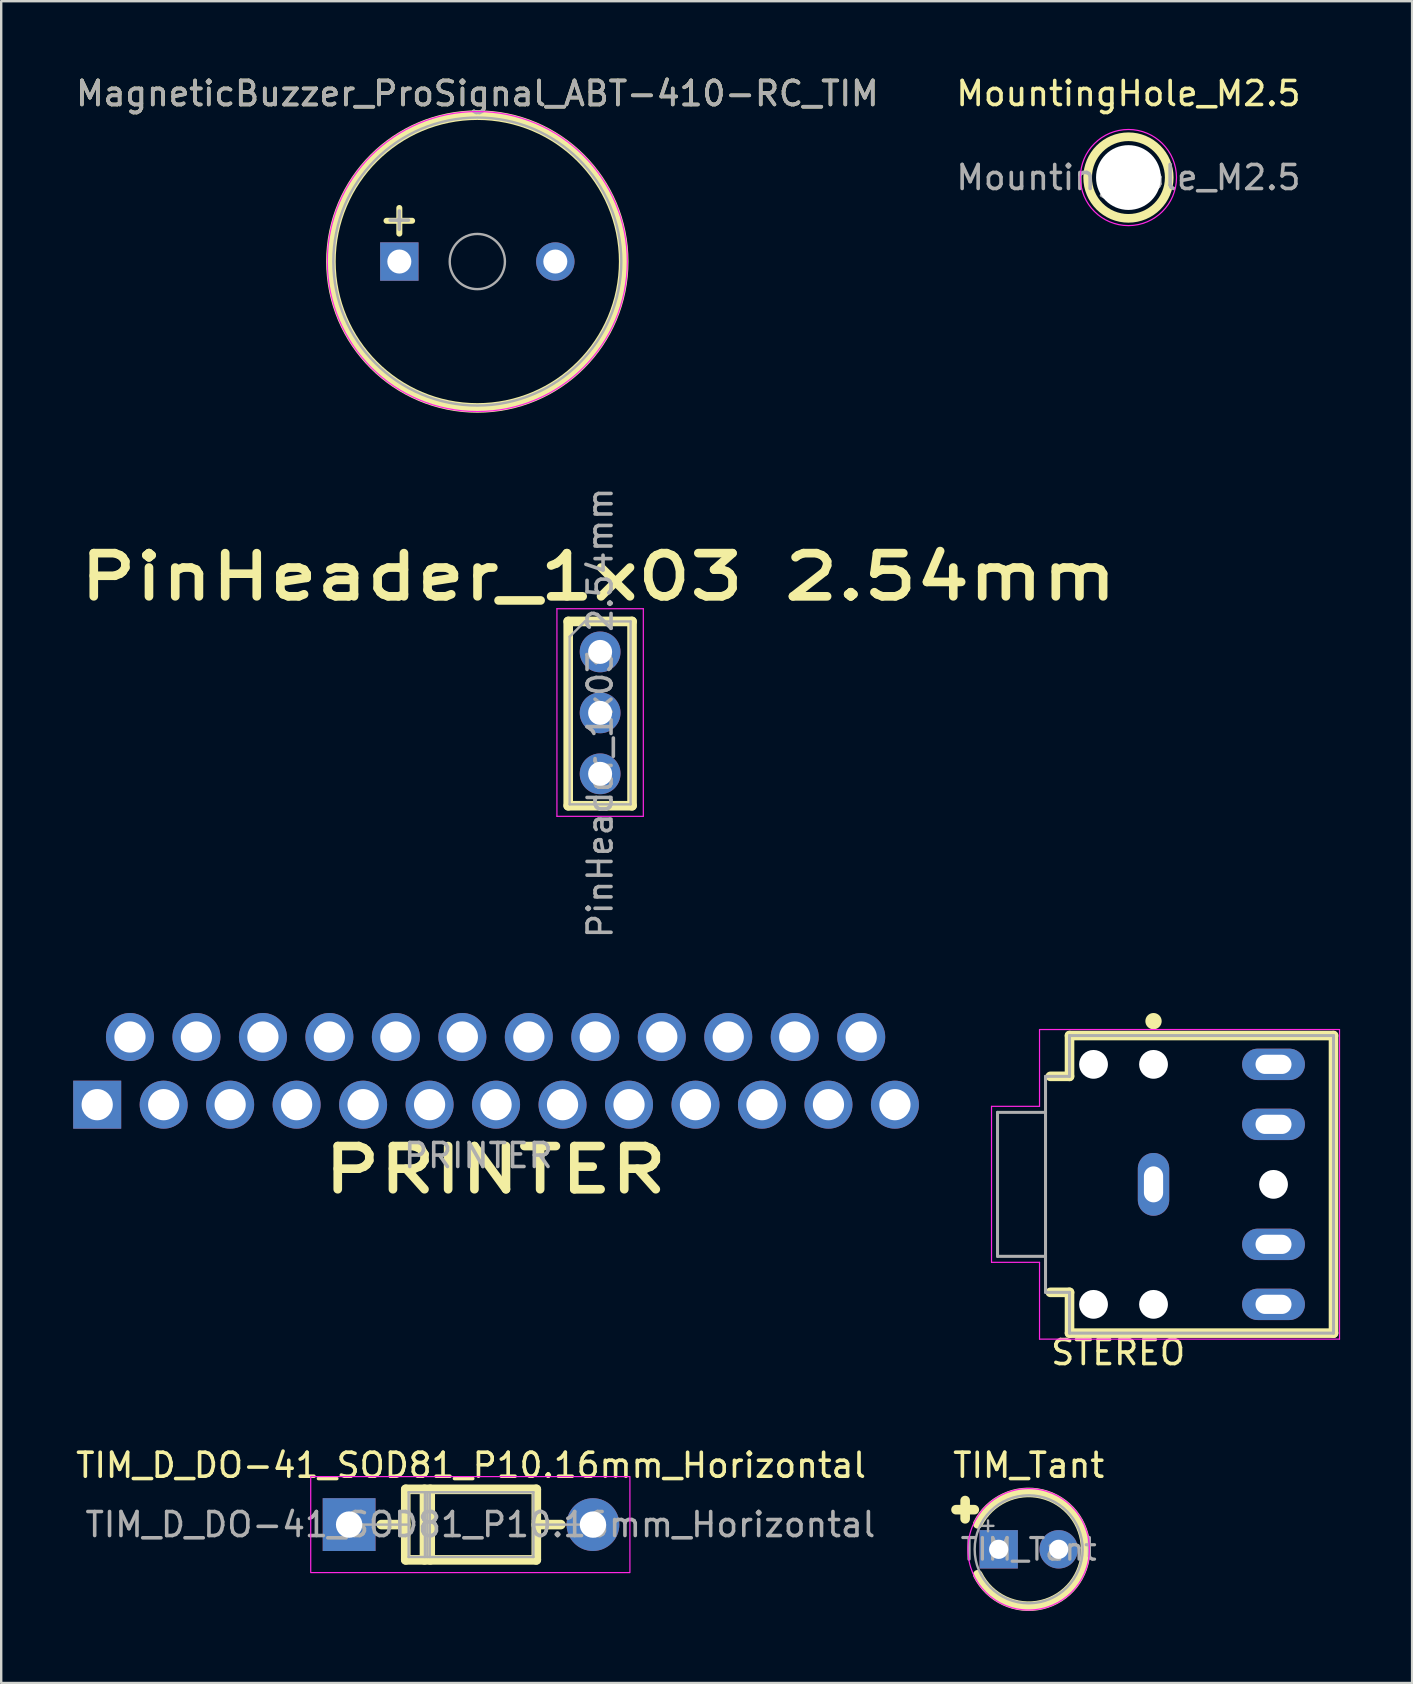
<source format=kicad_pcb>
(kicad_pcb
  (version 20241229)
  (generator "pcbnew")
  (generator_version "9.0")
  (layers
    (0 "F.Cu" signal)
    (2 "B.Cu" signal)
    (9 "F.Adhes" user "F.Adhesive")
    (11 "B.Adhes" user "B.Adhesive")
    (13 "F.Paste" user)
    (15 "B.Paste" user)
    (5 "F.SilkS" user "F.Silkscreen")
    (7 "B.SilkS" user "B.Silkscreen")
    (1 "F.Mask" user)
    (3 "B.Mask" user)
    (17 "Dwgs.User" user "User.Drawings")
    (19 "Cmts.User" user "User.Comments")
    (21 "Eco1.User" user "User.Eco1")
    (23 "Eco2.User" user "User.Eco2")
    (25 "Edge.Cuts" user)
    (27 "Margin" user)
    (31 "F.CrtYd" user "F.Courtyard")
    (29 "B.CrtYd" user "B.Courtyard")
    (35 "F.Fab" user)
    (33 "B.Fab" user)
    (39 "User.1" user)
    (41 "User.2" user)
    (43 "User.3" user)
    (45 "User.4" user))
  (footprint "TIM_D_DO-41_SOD81_P10.16mm_Horizontal"
    (layer "F.Cu")
    (at 11.497 60.477)
    (property "Reference" "TIM_D_DO-41_SOD81_P10.16mm_Horizontal" (at 5.08 -2.47 0) (layer "F.SilkS") (effects (font (size 1 1) (thickness 0.15))))
    (attr through_hole)
    (fp_line (start 1.34 0) (end 2.36 0) (stroke (width 0.4) (type solid)) (layer "F.SilkS"))
    (fp_line (start 2.36 -1.47) (end 2.36 1.47) (stroke (width 0.4) (type solid)) (layer "F.SilkS"))
    (fp_line (start 2.36 1.47) (end 7.8 1.47) (stroke (width 0.4) (type solid)) (layer "F.SilkS"))
    (fp_line (start 3.14 -1.47) (end 3.14 1.47) (stroke (width 0.4) (type solid)) (layer "F.SilkS"))
    (fp_line (start 3.26 -1.47) (end 3.26 1.47) (stroke (width 0.12) (type solid)) (layer "F.SilkS"))
    (fp_line (start 3.38 -1.47) (end 3.38 1.47) (stroke (width 0.4) (type solid)) (layer "F.SilkS"))
    (fp_line (start 7.8 -1.47) (end 2.36 -1.47) (stroke (width 0.4) (type solid)) (layer "F.SilkS"))
    (fp_line (start 7.8 1.47) (end 7.8 -1.47) (stroke (width 0.4) (type solid)) (layer "F.SilkS"))
    (fp_line (start 8.82 0) (end 7.8 0) (stroke (width 0.4) (type solid)) (layer "F.SilkS"))
    (fp_rect (start -1.6 -2) (end 11.7 2) (stroke (width 0.05) (type default)) (fill no) (layer "F.CrtYd"))
    (fp_line (start 0 0) (end 2.48 0) (stroke (width 0.1) (type solid)) (layer "F.Fab"))
    (fp_line (start 2.48 -1.35) (end 2.48 1.35) (stroke (width 0.1) (type solid)) (layer "F.Fab"))
    (fp_line (start 2.48 1.35) (end 7.68 1.35) (stroke (width 0.1) (type solid)) (layer "F.Fab"))
    (fp_line (start 3.16 -1.35) (end 3.16 1.35) (stroke (width 0.1) (type solid)) (layer "F.Fab"))
    (fp_line (start 3.26 -1.35) (end 3.26 1.35) (stroke (width 0.1) (type solid)) (layer "F.Fab"))
    (fp_line (start 3.36 -1.35) (end 3.36 1.35) (stroke (width 0.1) (type solid)) (layer "F.Fab"))
    (fp_line (start 7.68 -1.35) (end 2.48 -1.35) (stroke (width 0.1) (type solid)) (layer "F.Fab"))
    (fp_line (start 7.68 1.35) (end 7.68 -1.35) (stroke (width 0.1) (type solid)) (layer "F.Fab"))
    (fp_line (start 10.16 0) (end 7.68 0) (stroke (width 0.1) (type solid)) (layer "F.Fab"))
    (fp_text user "${REFERENCE}" (at 5.47 0 0) (layer "F.Fab") (effects (font (size 1 1) (thickness 0.15))))
    (pad "1" thru_hole rect (at 0 0) (size 2.2 2.2) (drill 1.1) (layers "*.Cu" "*.Mask"))
    (pad "2" thru_hole oval (at 10.16 0) (size 2.2 2.2) (drill 1.1) (layers "*.Cu" "*.Mask")))
  (footprint "PRINTER"
    (layer "F.Cu")
    (at 34.215 42.79)
    (property "Reference" "PRINTER" (at -16.62 2.9 180) (layer "F.SilkS") (effects (font (size 1.8 2.3) (thickness 0.36) (bold yes))))
    (attr through_hole)
    (fp_text user "${REFERENCE}" (at -17.335 2.31 0) (layer "F.Fab") (effects (font (size 1 1) (thickness 0.15))))
    (pad "1" thru_hole rect (at -33.215 0.19) (size 2 2) (drill 1.3) (layers "*.Cu" "*.Mask"))
    (pad "2" thru_hole circle (at -30.445 0.19) (size 2 2) (drill 1.3) (layers "*.Cu" "*.Mask"))
    (pad "3" thru_hole circle (at -27.675 0.19) (size 2 2) (drill 1.3) (layers "*.Cu" "*.Mask"))
    (pad "4" thru_hole circle (at -24.905 0.19) (size 2 2) (drill 1.3) (layers "*.Cu" "*.Mask"))
    (pad "5" thru_hole circle (at -22.135 0.19) (size 2 2) (drill 1.3) (layers "*.Cu" "*.Mask"))
    (pad "6" thru_hole circle (at -19.365 0.19) (size 2 2) (drill 1.3) (layers "*.Cu" "*.Mask"))
    (pad "7" thru_hole circle (at -16.595 0.19) (size 2 2) (drill 1.3) (layers "*.Cu" "*.Mask"))
    (pad "8" thru_hole circle (at -13.825 0.19) (size 2 2) (drill 1.3) (layers "*.Cu" "*.Mask"))
    (pad "9" thru_hole circle (at -11.055 0.19) (size 2 2) (drill 1.3) (layers "*.Cu" "*.Mask"))
    (pad "10" thru_hole circle (at -8.285 0.19) (size 2 2) (drill 1.3) (layers "*.Cu" "*.Mask"))
    (pad "11" thru_hole circle (at -5.515 0.19) (size 2 2) (drill 1.3) (layers "*.Cu" "*.Mask"))
    (pad "12" thru_hole circle (at -2.745 0.19) (size 2 2) (drill 1.3) (layers "*.Cu" "*.Mask"))
    (pad "13" thru_hole circle (at 0.025 0.19) (size 2 2) (drill 1.3) (layers "*.Cu" "*.Mask"))
    (pad "14" thru_hole circle (at -31.85 -2.63) (size 2 2) (drill 1.3) (layers "*.Cu" "*.Mask"))
    (pad "15" thru_hole circle (at -29.08 -2.63) (size 2 2) (drill 1.3) (layers "*.Cu" "*.Mask"))
    (pad "16" thru_hole circle (at -26.31 -2.63) (size 2 2) (drill 1.3) (layers "*.Cu" "*.Mask"))
    (pad "17" thru_hole circle (at -23.54 -2.63) (size 2 2) (drill 1.3) (layers "*.Cu" "*.Mask"))
    (pad "18" thru_hole circle (at -20.77 -2.63) (size 2 2) (drill 1.3) (layers "*.Cu" "*.Mask"))
    (pad "19" thru_hole circle (at -18 -2.63) (size 2 2) (drill 1.3) (layers "*.Cu" "*.Mask"))
    (pad "20" thru_hole circle (at -15.23 -2.63) (size 2 2) (drill 1.3) (layers "*.Cu" "*.Mask"))
    (pad "21" thru_hole circle (at -12.46 -2.63) (size 2 2) (drill 1.3) (layers "*.Cu" "*.Mask"))
    (pad "22" thru_hole circle (at -9.69 -2.63) (size 2 2) (drill 1.3) (layers "*.Cu" "*.Mask"))
    (pad "23" thru_hole circle (at -6.92 -2.63) (size 2 2) (drill 1.3) (layers "*.Cu" "*.Mask"))
    (pad "24" thru_hole circle (at -4.15 -2.63) (size 2 2) (drill 1.3) (layers "*.Cu" "*.Mask"))
    (pad "25" thru_hole circle (at -1.38 -2.63) (size 2 2) (drill 1.3) (layers "*.Cu" "*.Mask")))
  (footprint "TIM_Tant"
    (layer "F.Cu")
    (at 38.563 61.507)
    (property "Reference" "TIM_Tant" (at 1.25 -3.5 0) (layer "F.SilkS") (effects (font (size 1 1) (thickness 0.15))))
    (attr through_hole)
    (fp_line (start -1.778 -1.651) (end -1.016 -1.651) (stroke (width 0.4) (type solid)) (layer "F.SilkS"))
    (fp_line (start -1.397 -2.032) (end -1.397 -1.27) (stroke (width 0.4) (type solid)) (layer "F.SilkS"))
    (fp_arc (start -0.869741 -1.06) (mid 3.619999 0) (end -0.869741 1.06) (stroke (width 0.4) (type solid)) (layer "F.SilkS"))
    (fp_circle (center 1.25 0) (end 3.78 0) (stroke (width 0.05) (type solid)) (fill no) (layer "F.CrtYd"))
    (fp_line (start -0.668 -0.978) (end -0.218 -0.978) (stroke (width 0.1) (type solid)) (layer "F.Fab"))
    (fp_line (start -0.443 -1.202) (end -0.443 -0.752) (stroke (width 0.1) (type solid)) (layer "F.Fab"))
    (fp_circle (center 1.25 0) (end 3.5 0) (stroke (width 0.1) (type solid)) (fill no) (layer "F.Fab"))
    (fp_text user "${REFERENCE}" (at 1.25 0 0) (layer "F.Fab") (effects (font (size 0.9 0.9) (thickness 0.135))))
    (pad "1" thru_hole rect (at 0 0) (size 1.6 1.6) (drill 0.8) (layers "*.Cu" "*.Mask"))
    (pad "2" thru_hole circle (at 2.5 0) (size 1.6 1.6) (drill 0.8) (layers "*.Cu" "*.Mask")))
  (footprint "PinHeader_1x03 2.54mm"
    (layer "F.Cu")
    (at 21.956 24.114)
    (property "Reference" "PinHeader_1x03 2.54mm" (at -0.07 -3.13 0) (layer "F.SilkS") (effects (font (size 1.8 2.3) (thickness 0.36) (bold yes))))
    (attr through_hole)
    (fp_line (start -1.33 -1.27) (end -1.33 6.41) (stroke (width 0.4) (type solid)) (layer "F.SilkS"))
    (fp_line (start -1.33 -1.27) (end 1.33 -1.27) (stroke (width 0.4) (type solid)) (layer "F.SilkS"))
    (fp_line (start -1.33 6.41) (end 1.33 6.41) (stroke (width 0.4) (type solid)) (layer "F.SilkS"))
    (fp_line (start 1.33 -1.27) (end 1.33 6.41) (stroke (width 0.4) (type solid)) (layer "F.SilkS"))
    (fp_line (start -1.8 -1.8) (end -1.8 6.85) (stroke (width 0.05) (type solid)) (layer "F.CrtYd"))
    (fp_line (start -1.8 6.85) (end 1.8 6.85) (stroke (width 0.05) (type solid)) (layer "F.CrtYd"))
    (fp_line (start 1.8 -1.8) (end -1.8 -1.8) (stroke (width 0.05) (type solid)) (layer "F.CrtYd"))
    (fp_line (start 1.8 6.85) (end 1.8 -1.8) (stroke (width 0.05) (type solid)) (layer "F.CrtYd"))
    (fp_line (start -1.27 -0.635) (end -0.635 -1.27) (stroke (width 0.1) (type solid)) (layer "F.Fab"))
    (fp_line (start -1.27 6.35) (end -1.27 -0.635) (stroke (width 0.1) (type solid)) (layer "F.Fab"))
    (fp_line (start -0.635 -1.27) (end 1.27 -1.27) (stroke (width 0.1) (type solid)) (layer "F.Fab"))
    (fp_line (start 1.27 -1.27) (end 1.27 6.35) (stroke (width 0.1) (type solid)) (layer "F.Fab"))
    (fp_line (start 1.27 6.35) (end -1.27 6.35) (stroke (width 0.1) (type solid)) (layer "F.Fab"))
    (fp_text user "${REFERENCE}" (at 0 2.54 90) (layer "F.Fab") (effects (font (size 1 1) (thickness 0.15))))
    (pad "1" thru_hole circle (at 0 0) (size 1.7 1.7) (drill 1) (layers "*.Cu" "*.Mask"))
    (pad "2" thru_hole oval (at 0 2.54) (size 1.7 1.7) (drill 1) (layers "*.Cu" "*.Mask"))
    (pad "3" thru_hole oval (at 0 5.08) (size 1.7 1.7) (drill 1) (layers "*.Cu" "*.Mask")))
  (footprint "MagneticBuzzer_ProSignal_ABT-410-RC_TIM"
    (layer "F.Cu")
    (at 13.589 7.848)
    (property "Reference" "MagneticBuzzer_ProSignal_ABT-410-RC_TIM" (at 3.25 -7 0) (layer "F.SilkS") (effects (font (size 1 1) (thickness 0.15))))
    (attr through_hole)
    (fp_circle (center 3.25 0) (end 9.35 0) (stroke (width 0.4) (type solid)) (fill no) (layer "F.SilkS"))
    (fp_circle (center 3.25 0) (end 9.5 0) (stroke (width 0.05) (type solid)) (fill no) (layer "F.CrtYd"))
    (fp_circle (center 3.25 0) (end 4.4 0) (stroke (width 0.1) (type solid)) (fill no) (layer "F.Fab"))
    (fp_circle (center 3.25 0) (end 9.25 0) (stroke (width 0.1) (type solid)) (fill no) (layer "F.Fab"))
    (fp_text user "+" (at 0 -1.8 0) (layer "F.SilkS") (effects (font (size 1.4 1.4) (thickness 0.25) (bold yes))))
    (fp_text user "${REFERENCE}" (at 3.25 -7 0) (layer "F.Fab") (effects (font (size 1 1) (thickness 0.15))))
    (fp_text user "+" (at 0 -1.8 0) (layer "F.Fab") (effects (font (size 1 1) (thickness 0.15))))
    (pad "1" thru_hole rect (at 0 0) (size 1.6 1.6) (drill 1) (layers "*.Cu" "*.Mask"))
    (pad "2" thru_hole circle (at 6.5 0) (size 1.6 1.6) (drill 1) (layers "*.Cu" "*.Mask")))
  (footprint "STEREO"
    (layer "F.Cu")
    (at 45.015 46.3)
    (property "Reference" "STEREO" (at -1.473 7.01 180) (layer "F.SilkS") (effects (font (size 1 1) (thickness 0.15))))
    (attr through_hole)
    (fp_line (start -3.5 -6.2) (end -3.5 -4.5) (stroke (width 0.4) (type solid)) (layer "F.SilkS"))
    (fp_line (start -3.5 -4.5) (end -4.3 -4.5) (stroke (width 0.4) (type solid)) (layer "F.SilkS"))
    (fp_line (start -3.5 4.5) (end -4.3 4.5) (stroke (width 0.4) (type solid)) (layer "F.SilkS"))
    (fp_line (start -3.5 4.5) (end -3.5 6.2) (stroke (width 0.4) (type solid)) (layer "F.SilkS"))
    (fp_line (start 7.5 -6.2) (end -3.5 -6.2) (stroke (width 0.4) (type solid)) (layer "F.SilkS"))
    (fp_line (start 7.5 -6.2) (end 7.5 6.2) (stroke (width 0.4) (type solid)) (layer "F.SilkS"))
    (fp_line (start 7.5 6.2) (end -3.5 6.2) (stroke (width 0.4) (type solid)) (layer "F.SilkS"))
    (fp_circle (center 0 -6.8) (end 0.17 -6.8) (stroke (width 0.34) (type solid)) (fill no) (layer "F.SilkS"))
    (fp_line (start -6.75 -3.25) (end -6.75 3.25) (stroke (width 0.05) (type solid)) (layer "F.CrtYd"))
    (fp_line (start -6.75 3.25) (end -4.75 3.25) (stroke (width 0.05) (type solid)) (layer "F.CrtYd"))
    (fp_line (start -4.75 -6.45) (end -4.75 -3.25) (stroke (width 0.05) (type solid)) (layer "F.CrtYd"))
    (fp_line (start -4.75 -6.45) (end 7.75 -6.45) (stroke (width 0.05) (type solid)) (layer "F.CrtYd"))
    (fp_line (start -4.75 -3.25) (end -6.75 -3.25) (stroke (width 0.05) (type solid)) (layer "F.CrtYd"))
    (fp_line (start -4.75 3.25) (end -4.75 6.45) (stroke (width 0.05) (type solid)) (layer "F.CrtYd"))
    (fp_line (start 7.75 -6.45) (end 7.75 6.45) (stroke (width 0.05) (type solid)) (layer "F.CrtYd"))
    (fp_line (start 7.75 6.45) (end -4.75 6.45) (stroke (width 0.05) (type solid)) (layer "F.CrtYd"))
    (fp_line (start -6.5 -3) (end -6.5 3) (stroke (width 0.127) (type solid)) (layer "F.Fab"))
    (fp_line (start -6.5 3) (end -4.5 3) (stroke (width 0.127) (type solid)) (layer "F.Fab"))
    (fp_line (start -4.5 -4.5) (end -4.5 -3) (stroke (width 0.127) (type solid)) (layer "F.Fab"))
    (fp_line (start -4.5 -3) (end -6.5 -3) (stroke (width 0.127) (type solid)) (layer "F.Fab"))
    (fp_line (start -4.5 -3) (end -4.5 3) (stroke (width 0.127) (type solid)) (layer "F.Fab"))
    (fp_line (start -4.5 3) (end -4.5 4.5) (stroke (width 0.127) (type solid)) (layer "F.Fab"))
    (fp_line (start -4.5 4.5) (end -3.5 4.5) (stroke (width 0.127) (type solid)) (layer "F.Fab"))
    (fp_line (start -3.5 -6.2) (end -3.5 -4.5) (stroke (width 0.127) (type solid)) (layer "F.Fab"))
    (fp_line (start -3.5 -4.5) (end -4.5 -4.5) (stroke (width 0.127) (type solid)) (layer "F.Fab"))
    (fp_line (start -3.5 4.5) (end -3.5 6.2) (stroke (width 0.127) (type solid)) (layer "F.Fab"))
    (fp_line (start 7.5 -6.2) (end -3.5 -6.2) (stroke (width 0.127) (type solid)) (layer "F.Fab"))
    (fp_line (start 7.5 -6.2) (end 7.5 6.2) (stroke (width 0.127) (type solid)) (layer "F.Fab"))
    (fp_line (start 7.5 6.2) (end -3.5 6.2) (stroke (width 0.127) (type solid)) (layer "F.Fab"))
    (pad "" np_thru_hole circle (at -2.5 -5) (size 1.2 1.2) (drill 1.2) (layers "*.Cu" "*.Mask"))
    (pad "" np_thru_hole circle (at -2.5 5) (size 1.2 1.2) (drill 1.2) (layers "*.Cu" "*.Mask"))
    (pad "" np_thru_hole circle (at 0 -5) (size 1.2 1.2) (drill 1.2) (layers "*.Cu" "*.Mask"))
    (pad "" np_thru_hole circle (at 0 5) (size 1.2 1.2) (drill 1.2) (layers "*.Cu" "*.Mask"))
    (pad "" np_thru_hole circle (at 5 0) (size 1.2 1.2) (drill 1.2) (layers "*.Cu" "*.Mask"))
    (pad "1" thru_hole oval (at 0 0) (size 1.308 2.616) (drill oval 0.8 1.5) (layers "*.Cu" "*.Mask"))
    (pad "2" thru_hole oval (at 5 5) (size 2.616 1.308) (drill oval 1.5 0.8) (layers "*.Cu" "*.Mask"))
    (pad "3" thru_hole oval (at 5 -5) (size 2.616 1.308) (drill oval 1.5 0.8) (layers "*.Cu" "*.Mask"))
    (pad "10" thru_hole oval (at 5 2.5) (size 2.616 1.308) (drill oval 1.5 0.8) (layers "*.Cu" "*.Mask"))
    (pad "11" thru_hole oval (at 5 -2.5) (size 2.616 1.308) (drill oval 1.5 0.8) (layers "*.Cu" "*.Mask")))
  (footprint "MountingHole_M2.5"
    (layer "F.Cu")
    (at 43.97 4.348)
    (property "Reference" "MountingHole_M2.5" (at 0 -3.5 0) (layer "F.SilkS") (effects (font (size 1 1) (thickness 0.15))))
    (attr exclude_from_pos_files exclude_from_bom)
    (fp_circle (center 0 0) (end 1.7 0) (stroke (width 0.36) (type solid)) (fill no) (layer "F.SilkS"))
    (fp_circle (center 0 0) (end 2 0.1) (stroke (width 0.05) (type solid)) (fill no) (layer "F.CrtYd"))
    (fp_text user "${REFERENCE}" (at 0 0 0) (layer "F.Fab") (effects (font (size 1 1) (thickness 0.15))))
    (pad "" np_thru_hole circle (at 0 0) (size 2.7 2.7) (drill 2.7) (layers "*.Cu" "*.Mask")))
  (gr_rect
    (start -3 -3)
    (end 55.79 67.077)
    (stroke (width 0.1) (type default))
    (fill no)
    (layer "Edge.Cuts")))
</source>
